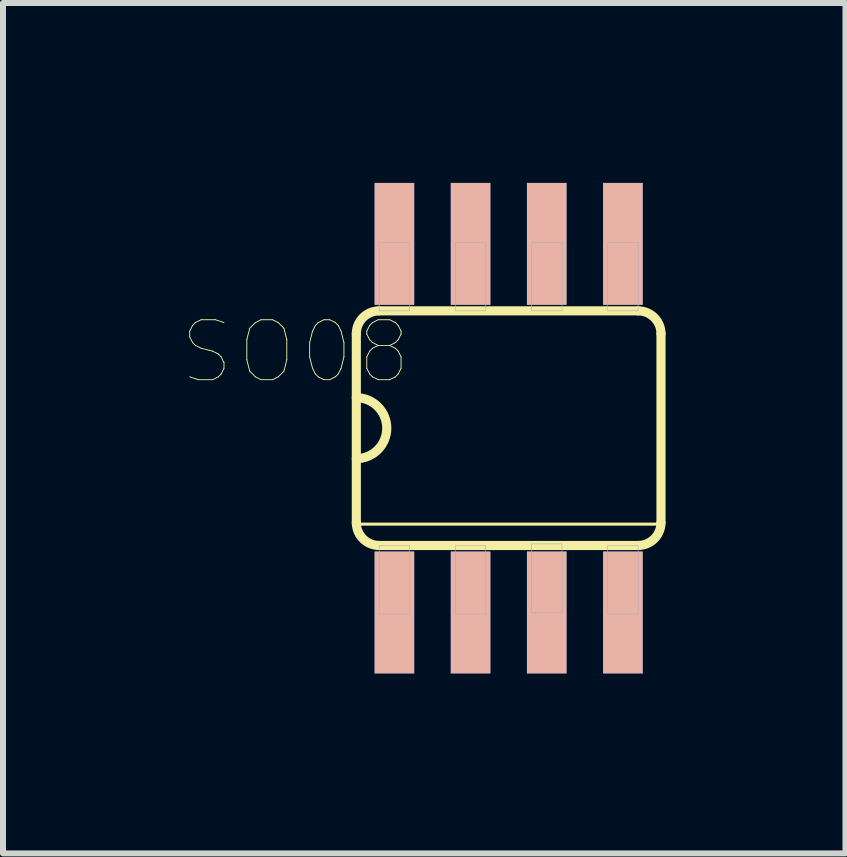
<source format=kicad_pcb>
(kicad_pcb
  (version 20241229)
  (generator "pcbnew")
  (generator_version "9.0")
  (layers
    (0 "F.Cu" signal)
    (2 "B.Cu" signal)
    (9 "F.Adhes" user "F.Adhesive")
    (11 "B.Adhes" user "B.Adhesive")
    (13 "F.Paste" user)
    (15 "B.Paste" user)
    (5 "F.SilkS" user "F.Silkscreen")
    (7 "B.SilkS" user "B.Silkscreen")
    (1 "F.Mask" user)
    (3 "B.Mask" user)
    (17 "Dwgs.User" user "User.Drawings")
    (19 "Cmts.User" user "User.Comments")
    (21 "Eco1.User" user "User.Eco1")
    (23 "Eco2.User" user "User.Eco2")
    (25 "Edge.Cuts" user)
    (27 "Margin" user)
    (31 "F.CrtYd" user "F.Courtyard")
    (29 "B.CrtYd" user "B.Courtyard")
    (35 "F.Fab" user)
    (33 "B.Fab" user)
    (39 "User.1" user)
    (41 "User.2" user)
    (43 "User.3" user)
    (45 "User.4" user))
  (footprint "SO08"
    (layer "F.Cu")
    (at 5.431 4.089)
    (property "Reference" "SO08" (at -3.556 -1.27 180) (layer "F.SilkS") (effects (font (size 1 1) (thickness 0.015))))
    (attr through_hole)
    (fp_line (start -2.54 -1.575) (end -2.54 1.575) (stroke (width 0.152) (type solid)) (layer "F.SilkS"))
    (fp_line (start -2.54 1.6) (end 2.54 1.6) (stroke (width 0.051) (type solid)) (layer "F.SilkS"))
    (fp_line (start -2.159 1.956) (end 2.159 1.956) (stroke (width 0.152) (type solid)) (layer "F.SilkS"))
    (fp_line (start 2.159 -1.956) (end -2.159 -1.956) (stroke (width 0.152) (type solid)) (layer "F.SilkS"))
    (fp_line (start 2.54 1.575) (end 2.54 -1.575) (stroke (width 0.152) (type solid)) (layer "F.SilkS"))
    (fp_arc (start -2.54 -1.5748) (mid -2.428408 -1.844208) (end -2.159 -1.9558) (stroke (width 0.1524) (type solid)) (layer "F.SilkS"))
    (fp_arc (start -2.54 -0.508) (mid -2.032 0) (end -2.54 0.508) (stroke (width 0.1524) (type solid)) (layer "F.SilkS"))
    (fp_arc (start -2.159 1.9558) (mid -2.428408 1.844208) (end -2.54 1.5748) (stroke (width 0.1524) (type solid)) (layer "F.SilkS"))
    (fp_arc (start 2.159 -1.9558) (mid 2.428408 -1.844208) (end 2.54 -1.5748) (stroke (width 0.1524) (type solid)) (layer "F.SilkS"))
    (fp_arc (start 2.54 1.5748) (mid 2.428408 1.844208) (end 2.159 1.9558) (stroke (width 0.1524) (type solid)) (layer "F.SilkS"))
    (fp_poly (pts (xy -2.159 -3.099) (xy -1.651 -3.099) (xy -1.651 -1.956) (xy -2.159 -1.956)) (stroke (width 0.01) (type solid)) (fill no) (layer "F.Fab"))
    (fp_poly (pts (xy -2.159 1.956) (xy -1.651 1.956) (xy -1.651 3.099) (xy -2.159 3.099)) (stroke (width 0.01) (type solid)) (fill no) (layer "F.Fab"))
    (fp_poly (pts (xy -0.889 -3.099) (xy -0.381 -3.099) (xy -0.381 -1.956) (xy -0.889 -1.956)) (stroke (width 0.01) (type solid)) (fill no) (layer "F.Fab"))
    (fp_poly (pts (xy -0.889 1.956) (xy -0.381 1.956) (xy -0.381 3.099) (xy -0.889 3.099)) (stroke (width 0.01) (type solid)) (fill no) (layer "F.Fab"))
    (fp_poly (pts (xy 0.381 -3.099) (xy 0.889 -3.099) (xy 0.889 -1.956) (xy 0.381 -1.956)) (stroke (width 0.01) (type solid)) (fill no) (layer "F.Fab"))
    (fp_poly (pts (xy 0.381 1.93) (xy 0.889 1.93) (xy 0.889 3.073) (xy 0.381 3.073)) (stroke (width 0.01) (type solid)) (fill no) (layer "F.Fab"))
    (fp_poly (pts (xy 1.651 -3.099) (xy 2.159 -3.099) (xy 2.159 -1.956) (xy 1.651 -1.956)) (stroke (width 0.01) (type solid)) (fill no) (layer "F.Fab"))
    (fp_poly (pts (xy 1.651 1.956) (xy 2.159 1.956) (xy 2.159 3.099) (xy 1.651 3.099)) (stroke (width 0.01) (type solid)) (fill no) (layer "F.Fab"))
    (pad "1" smd rect (at -1.905 -3.073) (size 0.66 2.032) (layers "B.Cu" "B.Mask" "B.SilkS" "B.Adhes" "B.Paste"))
    (pad "2" smd rect (at -0.635 -3.073) (size 0.66 2.032) (layers "B.Cu" "B.Mask" "B.SilkS" "B.Adhes" "B.Paste"))
    (pad "3" smd rect (at 0.635 -3.073) (size 0.66 2.032) (layers "B.Cu" "B.Mask" "B.SilkS" "B.Adhes" "B.Paste"))
    (pad "4" smd rect (at 1.905 -3.073) (size 0.66 2.032) (layers "B.Cu" "B.Mask" "B.SilkS" "B.Adhes" "B.Paste"))
    (pad "5" smd rect (at 1.905 3.073) (size 0.66 2.032) (layers "B.Cu" "B.Mask" "B.SilkS" "B.Adhes" "B.Paste"))
    (pad "6" smd rect (at 0.635 3.073) (size 0.66 2.032) (layers "B.Cu" "B.Mask" "B.SilkS" "B.Adhes" "B.Paste"))
    (pad "7" smd rect (at -0.635 3.073) (size 0.66 2.032) (layers "B.Cu" "B.Mask" "B.SilkS" "B.Adhes" "B.Paste"))
    (pad "8" smd rect (at -1.905 3.073) (size 0.66 2.032) (layers "B.Cu" "B.Mask" "B.SilkS" "B.Adhes" "B.Paste")))
  (gr_rect
    (start -3 -3)
    (end 11.047 11.179)
    (stroke (width 0.1) (type default))
    (fill no)
    (layer "Edge.Cuts")))
</source>
